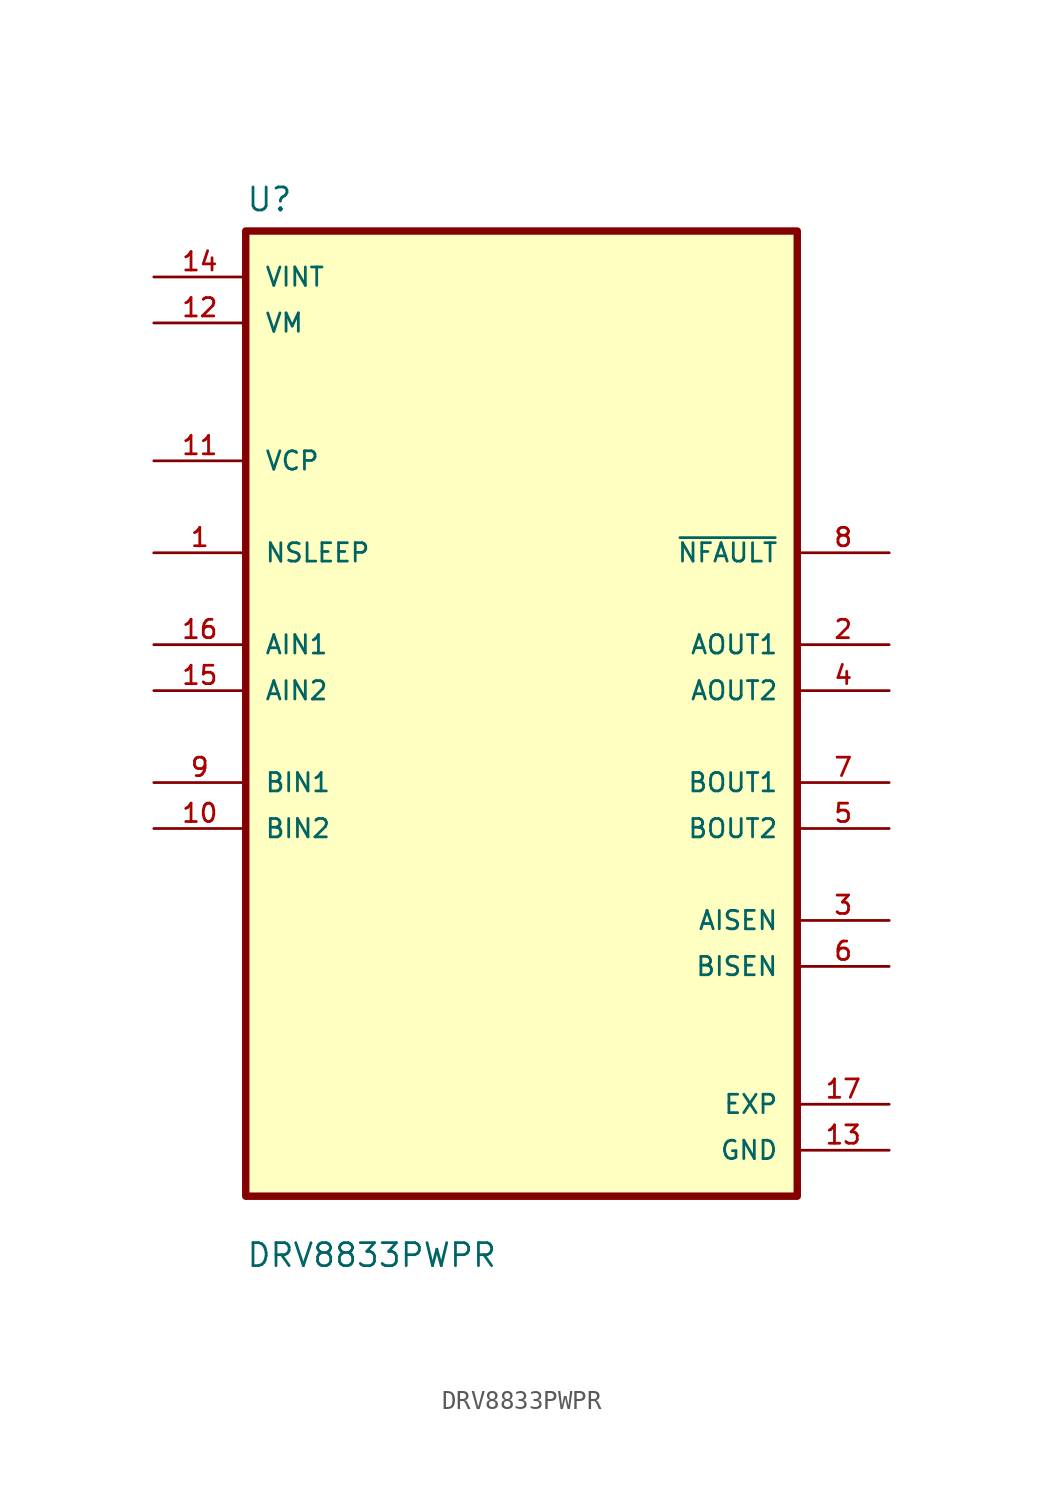
<source format=kicad_sym>
(kicad_symbol_lib
  (version 20211014)
  (generator kicad_symbol_editor)
  (symbol "DRV8833PWPR"
    (pin_names
      (offset 1.016))
    (property "Reference" "U"
      (at -15.24 28.94 0.0)
      (effects (font (size 1.27 1.27)) (justify bottom left)))
    (property "Value" "DRV8833PWPR"
      (at -15.24 -29.4 0.0)
      (effects (font (size 1.27 1.27)) (justify bottom left)))
    (symbol "DRV8833PWPR_0_0"
      (rectangle (start -15.24 -25.4) (end 15.24 27.94) (stroke (width 0.41)) (fill (type background)))
      (pin bidirectional line (at 20.32 -10.16 180.0) (length 5.08) (name "AISEN" (effects (font (size 1.016 1.016)))) (number "3" (effects (font (size 1.016 1.016)))))
      (pin bidirectional line (at 20.32 -12.7 180.0) (length 5.08) (name "BISEN" (effects (font (size 1.016 1.016)))) (number "6" (effects (font (size 1.016 1.016)))))
      (pin output line (at 20.32 5.08 180.0) (length 5.08) (name "AOUT1" (effects (font (size 1.016 1.016)))) (number "2" (effects (font (size 1.016 1.016)))))
      (pin output line (at 20.32 2.54 180.0) (length 5.08) (name "AOUT2" (effects (font (size 1.016 1.016)))) (number "4" (effects (font (size 1.016 1.016)))))
      (pin output line (at 20.32 -2.54 180.0) (length 5.08) (name "BOUT1" (effects (font (size 1.016 1.016)))) (number "7" (effects (font (size 1.016 1.016)))))
      (pin output line (at 20.32 -5.08 180.0) (length 5.08) (name "BOUT2" (effects (font (size 1.016 1.016)))) (number "5" (effects (font (size 1.016 1.016)))))
      (pin input line (at -20.32 10.16 0) (length 5.08) (name "NSLEEP" (effects (font (size 1.016 1.016)))) (number "1" (effects (font (size 1.016 1.016)))))
      (pin power_in line (at -20.32 25.4 0) (length 5.08) (name "VINT" (effects (font (size 1.016 1.016)))) (number "14" (effects (font (size 1.016 1.016)))))
      (pin power_in line (at -20.32 22.86 0) (length 5.08) (name "VM" (effects (font (size 1.016 1.016)))) (number "12" (effects (font (size 1.016 1.016)))))
      (pin bidirectional line (at -20.32 15.24 0) (length 5.08) (name "VCP" (effects (font (size 1.016 1.016)))) (number "11" (effects (font (size 1.016 1.016)))))
      (pin input line (at -20.32 5.08 0) (length 5.08) (name "AIN1" (effects (font (size 1.016 1.016)))) (number "16" (effects (font (size 1.016 1.016)))))
      (pin input line (at -20.32 2.54 0) (length 5.08) (name "AIN2" (effects (font (size 1.016 1.016)))) (number "15" (effects (font (size 1.016 1.016)))))
      (pin input line (at -20.32 -2.54 0) (length 5.08) (name "BIN1" (effects (font (size 1.016 1.016)))) (number "9" (effects (font (size 1.016 1.016)))))
      (pin input line (at -20.32 -5.08 0) (length 5.08) (name "BIN2" (effects (font (size 1.016 1.016)))) (number "10" (effects (font (size 1.016 1.016)))))
      (pin output line (at 20.32 10.16 180.0) (length 5.08) (name "~{NFAULT}" (effects (font (size 1.016 1.016)))) (number "8" (effects (font (size 1.016 1.016)))))
      (pin passive line (at 20.32 -20.32 180.0) (length 5.08) (name "EXP" (effects (font (size 1.016 1.016)))) (number "17" (effects (font (size 1.016 1.016)))))
      (pin power_in line (at 20.32 -22.86 180.0) (length 5.08) (name "GND" (effects (font (size 1.016 1.016)))) (number "13" (effects (font (size 1.016 1.016))))))))
</source>
